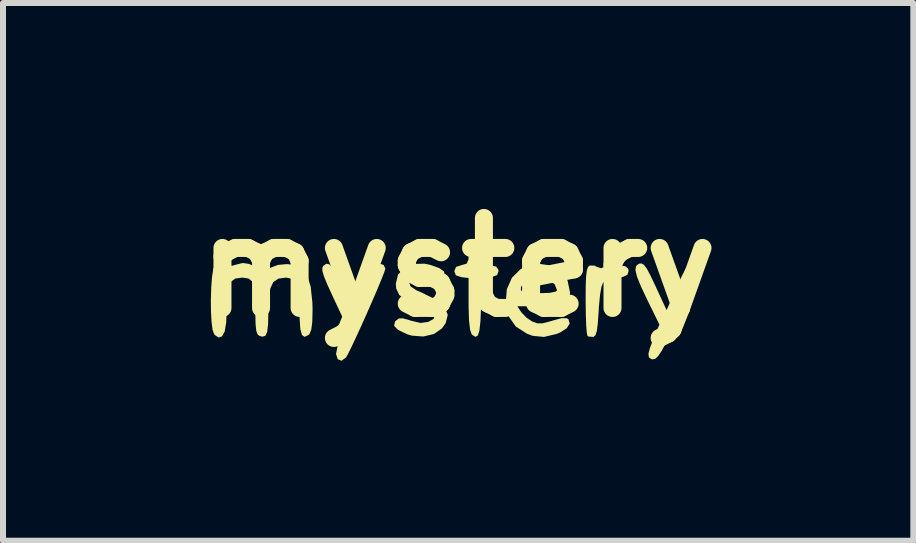
<source format=kicad_pcb>
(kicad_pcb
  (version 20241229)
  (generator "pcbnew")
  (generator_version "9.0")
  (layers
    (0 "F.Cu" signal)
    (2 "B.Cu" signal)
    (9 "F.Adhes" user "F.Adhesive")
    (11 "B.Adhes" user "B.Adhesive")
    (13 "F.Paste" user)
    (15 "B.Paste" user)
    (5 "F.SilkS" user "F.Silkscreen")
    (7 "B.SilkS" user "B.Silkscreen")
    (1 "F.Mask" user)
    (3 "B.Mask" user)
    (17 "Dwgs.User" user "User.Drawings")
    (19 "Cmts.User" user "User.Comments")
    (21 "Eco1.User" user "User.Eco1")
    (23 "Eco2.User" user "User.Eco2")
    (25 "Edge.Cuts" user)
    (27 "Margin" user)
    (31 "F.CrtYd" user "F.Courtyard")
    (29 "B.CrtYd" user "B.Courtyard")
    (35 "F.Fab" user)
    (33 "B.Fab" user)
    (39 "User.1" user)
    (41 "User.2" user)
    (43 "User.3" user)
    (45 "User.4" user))
  (footprint "mystery"
    (layer "F.Cu")
    (at 4.586 1.404)
    (property "Reference" "mystery" (at 0 0 0) (layer "F.SilkS") (effects (font (size 1.5 1.5) (thickness 0.3))))
    (attr board_only exclude_from_pos_files exclude_from_bom)
    (fp_poly (pts (xy -1.243 -0.039) (xy -1.214 0.021) (xy -1.231 0.079) (xy -1.278 0.199) (xy -1.347 0.366) (xy -1.432 0.564) (xy -1.525 0.776) (xy -1.62 0.988) (xy -1.71 1.183) (xy -1.786 1.344) (xy -1.843 1.458) (xy -1.87 1.503) (xy -1.944 1.558) (xy -2.008 1.532) (xy -2.036 1.445) (xy -2.008 1.304) (xy -1.947 1.163) (xy -1.856 0.986) (xy -2.08 0.509) (xy -2.175 0.301) (xy -2.235 0.157) (xy -2.263 0.063) (xy -2.264 0.006) (xy -2.246 -0.026) (xy -2.196 -0.059) (xy -2.145 -0.048) (xy -2.086 0.018) (xy -2.011 0.146) (xy -1.912 0.342) (xy -1.737 0.705) (xy -1.583 0.366) (xy -1.507 0.205) (xy -1.439 0.071) (xy -1.392 -0.013) (xy -1.383 -0.027) (xy -1.314 -0.061)) (stroke (width 0) (type solid)) (fill yes) (layer "F.SilkS"))
    (fp_poly (pts (xy 0.345 -0.37) (xy 0.376 -0.311) (xy 0.39 -0.206) (xy 0.39 -0.195) (xy 0.399 -0.094) (xy 0.443 -0.05) (xy 0.531 -0.035) (xy 0.633 -0.011) (xy 0.67 0.042) (xy 0.672 0.065) (xy 0.649 0.13) (xy 0.566 0.161) (xy 0.532 0.165) (xy 0.393 0.179) (xy 0.381 0.66) (xy 0.371 0.896) (xy 0.354 1.052) (xy 0.327 1.138) (xy 0.288 1.16) (xy 0.234 1.127) (xy 0.226 1.119) (xy 0.198 1.043) (xy 0.18 0.886) (xy 0.173 0.65) (xy 0.173 0.623) (xy 0.173 0.179) (xy 0.054 0.165) (xy -0.039 0.134) (xy -0.065 0.065) (xy -0.036 -0.006) (xy 0.054 -0.035) (xy 0.142 -0.061) (xy 0.172 -0.131) (xy 0.173 -0.171) (xy 0.196 -0.28) (xy 0.253 -0.357) (xy 0.322 -0.379)) (stroke (width 0) (type solid)) (fill yes) (layer "F.SilkS"))
    (fp_poly (pts (xy 2.678 -0.035) (xy 2.788 -0.016) (xy 2.834 0.026) (xy 2.839 0.065) (xy 2.821 0.124) (xy 2.753 0.158) (xy 2.654 0.176) (xy 2.526 0.204) (xy 2.432 0.242) (xy 2.416 0.254) (xy 2.388 0.322) (xy 2.364 0.459) (xy 2.346 0.647) (xy 2.341 0.728) (xy 2.327 0.93) (xy 2.311 1.06) (xy 2.288 1.132) (xy 2.256 1.16) (xy 2.252 1.161) (xy 2.175 1.155) (xy 2.154 1.143) (xy 2.143 1.09) (xy 2.133 0.968) (xy 2.127 0.795) (xy 2.124 0.586) (xy 2.124 0.555) (xy 2.125 0.32) (xy 2.131 0.158) (xy 2.143 0.055) (xy 2.162 -0.002) (xy 2.19 -0.028) (xy 2.192 -0.029) (xy 2.276 -0.027) (xy 2.307 -0.008) (xy 2.381 0.016) (xy 2.436 -0.005) (xy 2.533 -0.031) (xy 2.663 -0.036)) (stroke (width 0) (type solid)) (fill yes) (layer "F.SilkS"))
    (fp_poly (pts (xy 3.093 -0.043) (xy 3.141 0.019) (xy 3.203 0.135) (xy 3.289 0.316) (xy 3.313 0.368) (xy 3.473 0.715) (xy 3.626 0.368) (xy 3.716 0.169) (xy 3.782 0.039) (xy 3.832 -0.035) (xy 3.876 -0.064) (xy 3.921 -0.06) (xy 3.926 -0.058) (xy 3.963 -0.033) (xy 3.979 0.01) (xy 3.971 0.084) (xy 3.936 0.198) (xy 3.871 0.363) (xy 3.773 0.588) (xy 3.688 0.779) (xy 3.563 1.052) (xy 3.466 1.253) (xy 3.391 1.393) (xy 3.332 1.481) (xy 3.284 1.525) (xy 3.242 1.535) (xy 3.218 1.53) (xy 3.178 1.501) (xy 3.17 1.443) (xy 3.196 1.342) (xy 3.258 1.183) (xy 3.353 0.955) (xy 3.15 0.541) (xy 3.044 0.316) (xy 2.979 0.154) (xy 2.953 0.044) (xy 2.965 -0.022) (xy 3.009 -0.058) (xy 3.052 -0.065)) (stroke (width 0) (type solid)) (fill yes) (layer "F.SilkS"))
    (fp_poly (pts (xy -0.471 -0.041) (xy -0.314 0.014) (xy -0.235 0.072) (xy -0.226 0.136) (xy -0.272 0.172) (xy -0.386 0.191) (xy -0.523 0.195) (xy -0.68 0.2) (xy -0.77 0.216) (xy -0.809 0.249) (xy -0.814 0.265) (xy -0.792 0.32) (xy -0.701 0.381) (xy -0.582 0.435) (xy -0.36 0.546) (xy -0.225 0.665) (xy -0.174 0.793) (xy -0.209 0.931) (xy -0.271 1.019) (xy -0.404 1.112) (xy -0.582 1.154) (xy -0.776 1.139) (xy -0.854 1.115) (xy -1.003 1.044) (xy -1.068 0.976) (xy -1.053 0.906) (xy -1.038 0.89) (xy -0.988 0.853) (xy -0.922 0.851) (xy -0.81 0.883) (xy -0.792 0.889) (xy -0.628 0.928) (xy -0.502 0.911) (xy -0.5 0.911) (xy -0.408 0.86) (xy -0.396 0.803) (xy -0.464 0.739) (xy -0.615 0.664) (xy -0.694 0.632) (xy -0.875 0.548) (xy -0.983 0.461) (xy -1.033 0.355) (xy -1.04 0.277) (xy -1.003 0.123) (xy -0.9 0.01) (xy -0.748 -0.054) (xy -0.563 -0.06)) (stroke (width 0) (type solid)) (fill yes) (layer "F.SilkS"))
    (fp_poly (pts (xy 1.55 -0.028) (xy 1.715 0.069) (xy 1.823 0.223) (xy 1.864 0.421) (xy 1.864 0.43) (xy 1.849 0.525) (xy 1.795 0.589) (xy 1.691 0.628) (xy 1.522 0.647) (xy 1.341 0.65) (xy 0.986 0.65) (xy 1.05 0.748) (xy 1.138 0.84) (xy 1.232 0.903) (xy 1.317 0.934) (xy 1.405 0.934) (xy 1.531 0.902) (xy 1.57 0.89) (xy 1.719 0.849) (xy 1.807 0.849) (xy 1.836 0.865) (xy 1.859 0.937) (xy 1.809 1.016) (xy 1.697 1.088) (xy 1.644 1.11) (xy 1.43 1.161) (xy 1.239 1.142) (xy 1.149 1.109) (xy 0.96 0.988) (xy 0.843 0.821) (xy 0.792 0.599) (xy 0.792 0.596) (xy 0.809 0.385) (xy 1.044 0.385) (xy 1.118 0.419) (xy 1.272 0.433) (xy 1.344 0.433) (xy 1.528 0.426) (xy 1.628 0.405) (xy 1.647 0.383) (xy 1.609 0.285) (xy 1.513 0.215) (xy 1.384 0.179) (xy 1.248 0.183) (xy 1.131 0.235) (xy 1.12 0.245) (xy 1.046 0.328) (xy 1.044 0.385) (xy 0.809 0.385) (xy 0.811 0.364) (xy 0.897 0.172) (xy 1.041 0.031) (xy 1.233 -0.047) (xy 1.34 -0.059)) (stroke (width 0) (type solid)) (fill yes) (layer "F.SilkS"))
    (fp_poly (pts (xy -3.924 -0.045) (xy -3.857 -0.015) (xy -3.758 -0.027) (xy -3.706 -0.043) (xy -3.59 -0.071) (xy -3.489 -0.057) (xy -3.386 -0.012) (xy -3.274 0.037) (xy -3.201 0.044) (xy -3.132 0.011) (xy -3.126 0.007) (xy -3.005 -0.039) (xy -2.852 -0.053) (xy -2.706 -0.036) (xy -2.616 0.005) (xy -2.519 0.131) (xy -2.458 0.324) (xy -2.43 0.589) (xy -2.427 0.708) (xy -2.432 0.912) (xy -2.449 1.042) (xy -2.479 1.114) (xy -2.49 1.125) (xy -2.557 1.16) (xy -2.603 1.131) (xy -2.631 1.031) (xy -2.643 0.854) (xy -2.644 0.759) (xy -2.649 0.519) (xy -2.669 0.352) (xy -2.707 0.247) (xy -2.769 0.192) (xy -2.86 0.174) (xy -2.879 0.173) (xy -2.998 0.19) (xy -3.081 0.246) (xy -3.132 0.354) (xy -3.158 0.526) (xy -3.164 0.744) (xy -3.168 0.947) (xy -3.183 1.076) (xy -3.213 1.142) (xy -3.263 1.157) (xy -3.312 1.144) (xy -3.345 1.117) (xy -3.366 1.054) (xy -3.377 0.94) (xy -3.381 0.76) (xy -3.381 0.698) (xy -3.385 0.475) (xy -3.401 0.325) (xy -3.436 0.234) (xy -3.494 0.188) (xy -3.582 0.174) (xy -3.603 0.173) (xy -3.714 0.188) (xy -3.788 0.24) (xy -3.832 0.343) (xy -3.854 0.509) (xy -3.858 0.688) (xy -3.866 0.918) (xy -3.891 1.07) (xy -3.936 1.151) (xy -3.988 1.17) (xy -4.037 1.144) (xy -4.066 1.118) (xy -4.092 1.049) (xy -4.11 0.915) (xy -4.12 0.738) (xy -4.122 0.54) (xy -4.116 0.342) (xy -4.103 0.165) (xy -4.082 0.03) (xy -4.055 -0.041) (xy -4.053 -0.043) (xy -3.982 -0.075)) (stroke (width 0) (type solid)) (fill yes) (layer "F.SilkS")))
  (gr_rect
    (start -3 -3)
    (end 12.171 5.962)
    (stroke (width 0.1) (type default))
    (fill no)
    (layer "Edge.Cuts")))
</source>
